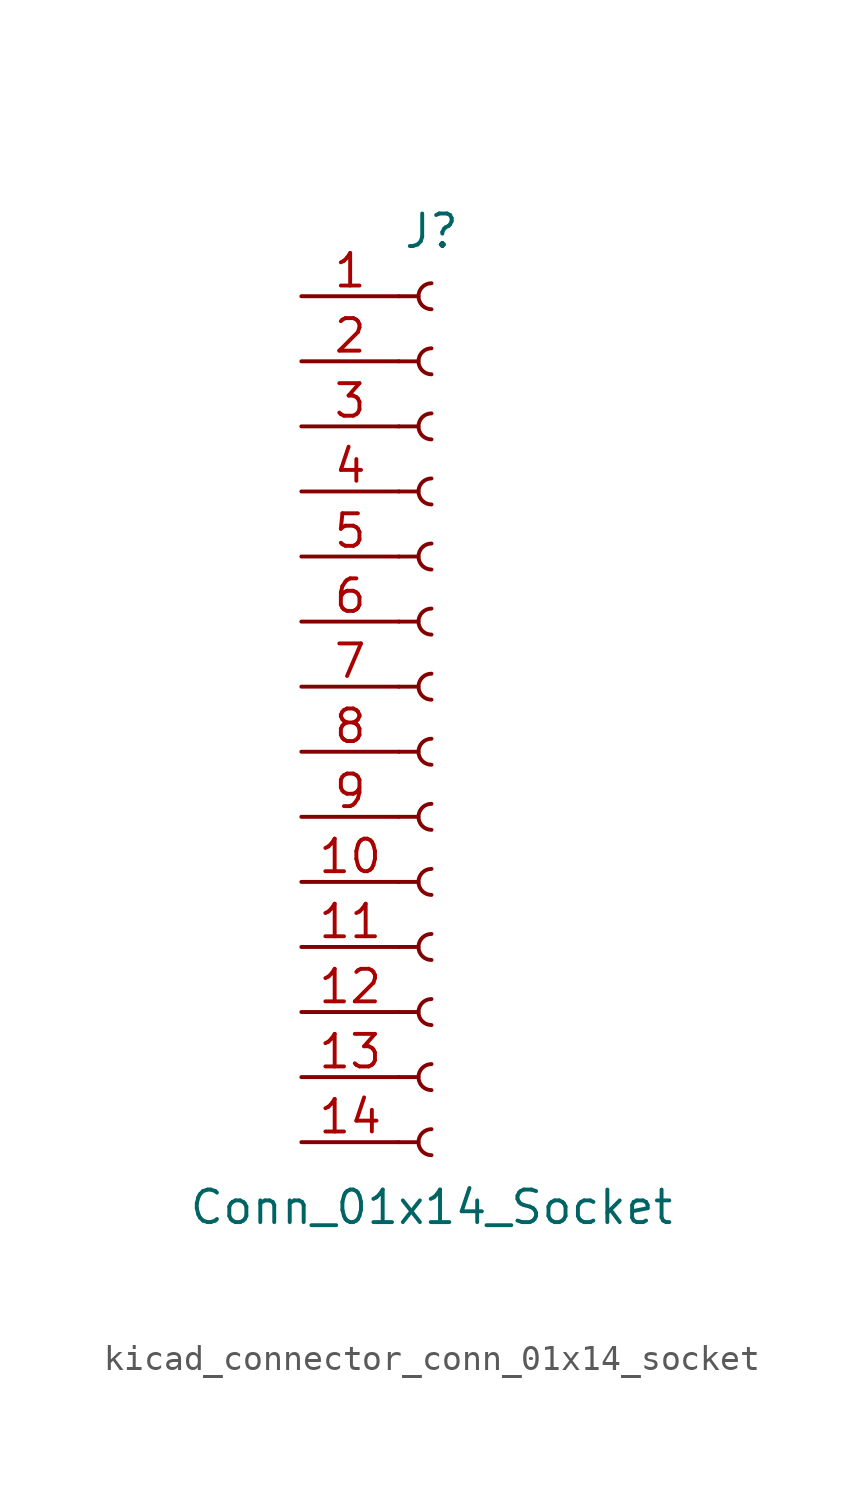
<source format=kicad_sym>
(kicad_symbol_lib
  (version 20220914)
  (generator kicad_symbol_editor)
  (symbol "kicad_connector_conn_01x14_socket"
    (pin_names
      (offset 1.016) hide)
    (property "Reference" "J"
      (at 0 17.78 0)
      (effects (font (size 1.27 1.27))))
    (property "Value" "Conn_01x14_Socket"
      (at 0 -20.32 0)
      (effects (font (size 1.27 1.27))))
    (property "ki_locked" ""
      (at 0 0 0)
      (effects (font (size 1.27 1.27))))
    (symbol "kicad_connector_conn_01x14_socket_1_1"
      (arc (start 0 -17.272) (mid -0.5058 -17.78) (end 0 -18.288) (stroke (width 0.1524) (type default)) (fill (type none)))
      (arc (start 0 -14.732) (mid -0.5058 -15.24) (end 0 -15.748) (stroke (width 0.1524) (type default)) (fill (type none)))
      (arc (start 0 -12.192) (mid -0.5058 -12.7) (end 0 -13.208) (stroke (width 0.1524) (type default)) (fill (type none)))
      (arc (start 0 -9.652) (mid -0.5058 -10.16) (end 0 -10.668) (stroke (width 0.1524) (type default)) (fill (type none)))
      (arc (start 0 -7.112) (mid -0.5058 -7.62) (end 0 -8.128) (stroke (width 0.1524) (type default)) (fill (type none)))
      (arc (start 0 -4.572) (mid -0.5058 -5.08) (end 0 -5.588) (stroke (width 0.1524) (type default)) (fill (type none)))
      (arc (start 0 -2.032) (mid -0.5058 -2.54) (end 0 -3.048) (stroke (width 0.1524) (type default)) (fill (type none)))
      (polyline (pts (xy -1.27 -17.78) (xy -0.508 -17.78)) (stroke (width 0.152) (type default)) (fill (type none)))
      (polyline (pts (xy -1.27 -15.24) (xy -0.508 -15.24)) (stroke (width 0.152) (type default)) (fill (type none)))
      (polyline (pts (xy -1.27 -12.7) (xy -0.508 -12.7)) (stroke (width 0.152) (type default)) (fill (type none)))
      (polyline (pts (xy -1.27 -10.16) (xy -0.508 -10.16)) (stroke (width 0.152) (type default)) (fill (type none)))
      (polyline (pts (xy -1.27 -7.62) (xy -0.508 -7.62)) (stroke (width 0.152) (type default)) (fill (type none)))
      (polyline (pts (xy -1.27 -5.08) (xy -0.508 -5.08)) (stroke (width 0.152) (type default)) (fill (type none)))
      (polyline (pts (xy -1.27 -2.54) (xy -0.508 -2.54)) (stroke (width 0.152) (type default)) (fill (type none)))
      (polyline (pts (xy -1.27 0) (xy -0.508 0)) (stroke (width 0.152) (type default)) (fill (type none)))
      (polyline (pts (xy -1.27 2.54) (xy -0.508 2.54)) (stroke (width 0.152) (type default)) (fill (type none)))
      (polyline (pts (xy -1.27 5.08) (xy -0.508 5.08)) (stroke (width 0.152) (type default)) (fill (type none)))
      (polyline (pts (xy -1.27 7.62) (xy -0.508 7.62)) (stroke (width 0.152) (type default)) (fill (type none)))
      (polyline (pts (xy -1.27 10.16) (xy -0.508 10.16)) (stroke (width 0.152) (type default)) (fill (type none)))
      (polyline (pts (xy -1.27 12.7) (xy -0.508 12.7)) (stroke (width 0.152) (type default)) (fill (type none)))
      (polyline (pts (xy -1.27 15.24) (xy -0.508 15.24)) (stroke (width 0.152) (type default)) (fill (type none)))
      (arc (start 0 0.508) (mid -0.5058 0) (end 0 -0.508) (stroke (width 0.1524) (type default)) (fill (type none)))
      (arc (start 0 3.048) (mid -0.5058 2.54) (end 0 2.032) (stroke (width 0.1524) (type default)) (fill (type none)))
      (arc (start 0 5.588) (mid -0.5058 5.08) (end 0 4.572) (stroke (width 0.1524) (type default)) (fill (type none)))
      (arc (start 0 8.128) (mid -0.5058 7.62) (end 0 7.112) (stroke (width 0.1524) (type default)) (fill (type none)))
      (arc (start 0 10.668) (mid -0.5058 10.16) (end 0 9.652) (stroke (width 0.1524) (type default)) (fill (type none)))
      (arc (start 0 13.208) (mid -0.5058 12.7) (end 0 12.192) (stroke (width 0.1524) (type default)) (fill (type none)))
      (arc (start 0 15.748) (mid -0.5058 15.24) (end 0 14.732) (stroke (width 0.1524) (type default)) (fill (type none)))
      (pin passive line (at -5.08 15.24 0) (length 3.81) (name "Pin_1" (effects (font (size 1.27 1.27)))) (number "1" (effects (font (size 1.27 1.27)))))
      (pin passive line (at -5.08 -7.62 0) (length 3.81) (name "Pin_10" (effects (font (size 1.27 1.27)))) (number "10" (effects (font (size 1.27 1.27)))))
      (pin passive line (at -5.08 -10.16 0) (length 3.81) (name "Pin_11" (effects (font (size 1.27 1.27)))) (number "11" (effects (font (size 1.27 1.27)))))
      (pin passive line (at -5.08 -12.7 0) (length 3.81) (name "Pin_12" (effects (font (size 1.27 1.27)))) (number "12" (effects (font (size 1.27 1.27)))))
      (pin passive line (at -5.08 -15.24 0) (length 3.81) (name "Pin_13" (effects (font (size 1.27 1.27)))) (number "13" (effects (font (size 1.27 1.27)))))
      (pin passive line (at -5.08 -17.78 0) (length 3.81) (name "Pin_14" (effects (font (size 1.27 1.27)))) (number "14" (effects (font (size 1.27 1.27)))))
      (pin passive line (at -5.08 12.7 0) (length 3.81) (name "Pin_2" (effects (font (size 1.27 1.27)))) (number "2" (effects (font (size 1.27 1.27)))))
      (pin passive line (at -5.08 10.16 0) (length 3.81) (name "Pin_3" (effects (font (size 1.27 1.27)))) (number "3" (effects (font (size 1.27 1.27)))))
      (pin passive line (at -5.08 7.62 0) (length 3.81) (name "Pin_4" (effects (font (size 1.27 1.27)))) (number "4" (effects (font (size 1.27 1.27)))))
      (pin passive line (at -5.08 5.08 0) (length 3.81) (name "Pin_5" (effects (font (size 1.27 1.27)))) (number "5" (effects (font (size 1.27 1.27)))))
      (pin passive line (at -5.08 2.54 0) (length 3.81) (name "Pin_6" (effects (font (size 1.27 1.27)))) (number "6" (effects (font (size 1.27 1.27)))))
      (pin passive line (at -5.08 0 0) (length 3.81) (name "Pin_7" (effects (font (size 1.27 1.27)))) (number "7" (effects (font (size 1.27 1.27)))))
      (pin passive line (at -5.08 -2.54 0) (length 3.81) (name "Pin_8" (effects (font (size 1.27 1.27)))) (number "8" (effects (font (size 1.27 1.27)))))
      (pin passive line (at -5.08 -5.08 0) (length 3.81) (name "Pin_9" (effects (font (size 1.27 1.27)))) (number "9" (effects (font (size 1.27 1.27))))))))
</source>
